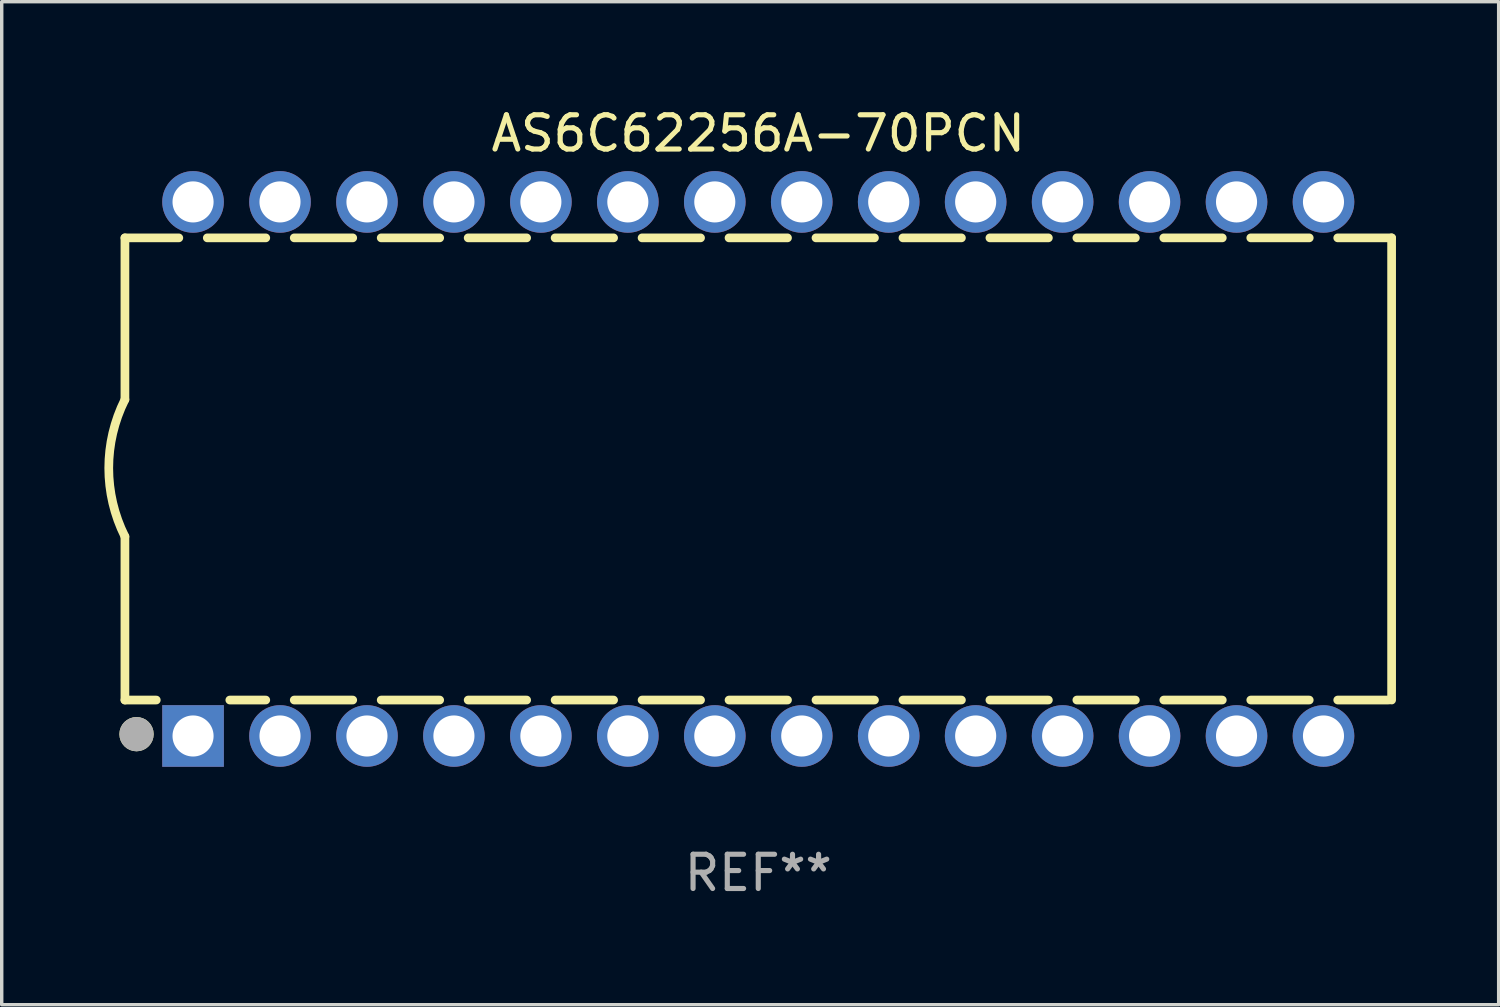
<source format=kicad_pcb>
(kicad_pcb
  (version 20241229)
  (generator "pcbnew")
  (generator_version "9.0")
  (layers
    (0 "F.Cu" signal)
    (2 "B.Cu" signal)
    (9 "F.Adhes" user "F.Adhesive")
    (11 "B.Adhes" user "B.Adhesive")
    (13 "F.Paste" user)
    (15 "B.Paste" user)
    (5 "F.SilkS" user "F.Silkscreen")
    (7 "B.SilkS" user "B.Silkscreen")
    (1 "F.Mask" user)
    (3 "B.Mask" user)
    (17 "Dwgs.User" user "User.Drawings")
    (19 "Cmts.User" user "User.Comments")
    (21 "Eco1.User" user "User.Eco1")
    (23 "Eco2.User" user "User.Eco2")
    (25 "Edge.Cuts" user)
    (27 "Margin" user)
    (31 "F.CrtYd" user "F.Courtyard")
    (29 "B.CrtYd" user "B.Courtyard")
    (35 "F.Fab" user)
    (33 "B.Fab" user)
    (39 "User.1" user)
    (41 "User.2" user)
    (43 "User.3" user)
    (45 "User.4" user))
  (footprint "AS6C62256A-70PCN"
    (layer "F.Cu")
    (at 19.099 10.648)
    (property "Reference" "AS6C62256A-70PCN" (at 0 -9.8 0) (layer "F.SilkS") (effects (font (size 1 1) (thickness 0.15))))
    (attr through_hole)
    (fp_line (start -18.5 -6.75) (end -18.5 -2.026) (stroke (width 0.254) (type solid)) (layer "F.SilkS"))
    (fp_line (start -18.5 -6.75) (end -16.926 -6.75) (stroke (width 0.254) (type solid)) (layer "F.SilkS"))
    (fp_line (start -18.5 6.75) (end -18.5 1.974) (stroke (width 0.254) (type solid)) (layer "F.SilkS"))
    (fp_line (start -18.5 6.75) (end -17.584 6.75) (stroke (width 0.254) (type solid)) (layer "F.SilkS"))
    (fp_line (start -16.094 -6.75) (end -14.386 -6.75) (stroke (width 0.254) (type solid)) (layer "F.SilkS"))
    (fp_line (start -15.436 6.75) (end -14.386 6.75) (stroke (width 0.254) (type solid)) (layer "F.SilkS"))
    (fp_line (start -13.554 -6.75) (end -11.846 -6.75) (stroke (width 0.254) (type solid)) (layer "F.SilkS"))
    (fp_line (start -13.554 6.75) (end -11.846 6.75) (stroke (width 0.254) (type solid)) (layer "F.SilkS"))
    (fp_line (start -11.014 -6.75) (end -9.306 -6.75) (stroke (width 0.254) (type solid)) (layer "F.SilkS"))
    (fp_line (start -11.014 6.75) (end -9.306 6.75) (stroke (width 0.254) (type solid)) (layer "F.SilkS"))
    (fp_line (start -8.474 -6.75) (end -6.766 -6.75) (stroke (width 0.254) (type solid)) (layer "F.SilkS"))
    (fp_line (start -8.474 6.75) (end -6.766 6.75) (stroke (width 0.254) (type solid)) (layer "F.SilkS"))
    (fp_line (start -5.934 -6.75) (end -4.226 -6.75) (stroke (width 0.254) (type solid)) (layer "F.SilkS"))
    (fp_line (start -5.934 6.75) (end -4.226 6.75) (stroke (width 0.254) (type solid)) (layer "F.SilkS"))
    (fp_line (start -3.394 -6.75) (end -1.686 -6.75) (stroke (width 0.254) (type solid)) (layer "F.SilkS"))
    (fp_line (start -3.394 6.75) (end -1.686 6.75) (stroke (width 0.254) (type solid)) (layer "F.SilkS"))
    (fp_line (start -0.854 -6.75) (end 0.854 -6.75) (stroke (width 0.254) (type solid)) (layer "F.SilkS"))
    (fp_line (start -0.854 6.75) (end 0.854 6.75) (stroke (width 0.254) (type solid)) (layer "F.SilkS"))
    (fp_line (start 1.686 -6.75) (end 3.394 -6.75) (stroke (width 0.254) (type solid)) (layer "F.SilkS"))
    (fp_line (start 1.686 6.75) (end 3.394 6.75) (stroke (width 0.254) (type solid)) (layer "F.SilkS"))
    (fp_line (start 4.226 -6.75) (end 5.934 -6.75) (stroke (width 0.254) (type solid)) (layer "F.SilkS"))
    (fp_line (start 4.226 6.75) (end 5.934 6.75) (stroke (width 0.254) (type solid)) (layer "F.SilkS"))
    (fp_line (start 6.766 -6.75) (end 8.474 -6.75) (stroke (width 0.254) (type solid)) (layer "F.SilkS"))
    (fp_line (start 6.766 6.75) (end 8.474 6.75) (stroke (width 0.254) (type solid)) (layer "F.SilkS"))
    (fp_line (start 9.306 -6.75) (end 11.014 -6.75) (stroke (width 0.254) (type solid)) (layer "F.SilkS"))
    (fp_line (start 9.306 6.75) (end 11.014 6.75) (stroke (width 0.254) (type solid)) (layer "F.SilkS"))
    (fp_line (start 11.846 -6.75) (end 13.554 -6.75) (stroke (width 0.254) (type solid)) (layer "F.SilkS"))
    (fp_line (start 11.846 6.75) (end 13.554 6.75) (stroke (width 0.254) (type solid)) (layer "F.SilkS"))
    (fp_line (start 14.386 -6.75) (end 16.094 -6.75) (stroke (width 0.254) (type solid)) (layer "F.SilkS"))
    (fp_line (start 14.386 6.75) (end 16.094 6.75) (stroke (width 0.254) (type solid)) (layer "F.SilkS"))
    (fp_line (start 16.926 -6.75) (end 18.5 -6.75) (stroke (width 0.254) (type solid)) (layer "F.SilkS"))
    (fp_line (start 16.926 6.75) (end 18.415 6.75) (stroke (width 0.254) (type solid)) (layer "F.SilkS"))
    (fp_line (start 18.5 6.75) (end 18.5 -6.75) (stroke (width 0.254) (type solid)) (layer "F.SilkS"))
    (fp_arc (start -18.500051 1.974384) (mid -18.972187 -0.025616) (end -18.500051 -2.025616) (stroke (width 0.254001) (type solid)) (layer "F.SilkS"))
    (fp_circle (center -18.5 7.8) (end -18.47 7.8) (stroke (width 0.06) (type solid)) (fill no) (layer "F.SilkS"))
    (fp_circle (center -18.161 7.747) (end -17.911 7.747) (stroke (width 0.5) (type solid)) (fill no) (layer "F.SilkS"))
    (fp_circle (center -18.161 7.747) (end -17.911 7.747) (stroke (width 0.5) (type solid)) (fill no) (layer "F.Fab"))
    (fp_text user "REF**" (at 0 11.8 0) (layer "F.Fab") (effects (font (size 1 1) (thickness 0.15))))
    (pad "1" thru_hole rect (at -16.51 7.8) (size 1.8 1.8) (drill 1.2) (layers "*.Cu" "*.Mask"))
    (pad "2" thru_hole circle (at -13.97 7.8) (size 1.8 1.8) (drill 1.2) (layers "*.Cu" "*.Mask"))
    (pad "3" thru_hole circle (at -11.43 7.8) (size 1.8 1.8) (drill 1.2) (layers "*.Cu" "*.Mask"))
    (pad "4" thru_hole circle (at -8.89 7.8) (size 1.8 1.8) (drill 1.2) (layers "*.Cu" "*.Mask"))
    (pad "5" thru_hole circle (at -6.35 7.8) (size 1.8 1.8) (drill 1.2) (layers "*.Cu" "*.Mask"))
    (pad "6" thru_hole circle (at -3.81 7.8) (size 1.8 1.8) (drill 1.2) (layers "*.Cu" "*.Mask"))
    (pad "7" thru_hole circle (at -1.27 7.8) (size 1.8 1.8) (drill 1.2) (layers "*.Cu" "*.Mask"))
    (pad "8" thru_hole circle (at 1.27 7.8) (size 1.8 1.8) (drill 1.2) (layers "*.Cu" "*.Mask"))
    (pad "9" thru_hole circle (at 3.81 7.8) (size 1.8 1.8) (drill 1.2) (layers "*.Cu" "*.Mask"))
    (pad "10" thru_hole circle (at 6.35 7.8) (size 1.8 1.8) (drill 1.2) (layers "*.Cu" "*.Mask"))
    (pad "11" thru_hole circle (at 8.89 7.8) (size 1.8 1.8) (drill 1.2) (layers "*.Cu" "*.Mask"))
    (pad "12" thru_hole circle (at 11.43 7.8) (size 1.8 1.8) (drill 1.2) (layers "*.Cu" "*.Mask"))
    (pad "13" thru_hole circle (at 13.97 7.8) (size 1.8 1.8) (drill 1.2) (layers "*.Cu" "*.Mask"))
    (pad "14" thru_hole circle (at 16.51 7.8) (size 1.8 1.8) (drill 1.2) (layers "*.Cu" "*.Mask"))
    (pad "15" thru_hole circle (at 16.51 -7.8) (size 1.8 1.8) (drill 1.2) (layers "*.Cu" "*.Mask"))
    (pad "16" thru_hole circle (at 13.97 -7.8) (size 1.8 1.8) (drill 1.2) (layers "*.Cu" "*.Mask"))
    (pad "17" thru_hole circle (at 11.43 -7.8) (size 1.8 1.8) (drill 1.2) (layers "*.Cu" "*.Mask"))
    (pad "18" thru_hole circle (at 8.89 -7.8) (size 1.8 1.8) (drill 1.2) (layers "*.Cu" "*.Mask"))
    (pad "19" thru_hole circle (at 6.35 -7.8) (size 1.8 1.8) (drill 1.2) (layers "*.Cu" "*.Mask"))
    (pad "20" thru_hole circle (at 3.81 -7.8) (size 1.8 1.8) (drill 1.2) (layers "*.Cu" "*.Mask"))
    (pad "21" thru_hole circle (at 1.27 -7.8) (size 1.8 1.8) (drill 1.2) (layers "*.Cu" "*.Mask"))
    (pad "22" thru_hole circle (at -1.27 -7.8) (size 1.8 1.8) (drill 1.2) (layers "*.Cu" "*.Mask"))
    (pad "23" thru_hole circle (at -3.81 -7.8) (size 1.8 1.8) (drill 1.2) (layers "*.Cu" "*.Mask"))
    (pad "24" thru_hole circle (at -6.35 -7.8) (size 1.8 1.8) (drill 1.2) (layers "*.Cu" "*.Mask"))
    (pad "25" thru_hole circle (at -8.89 -7.8) (size 1.8 1.8) (drill 1.2) (layers "*.Cu" "*.Mask"))
    (pad "26" thru_hole circle (at -11.43 -7.8) (size 1.8 1.8) (drill 1.2) (layers "*.Cu" "*.Mask"))
    (pad "27" thru_hole circle (at -13.97 -7.8) (size 1.8 1.8) (drill 1.2) (layers "*.Cu" "*.Mask"))
    (pad "28" thru_hole circle (at -16.51 -7.8) (size 1.8 1.8) (drill 1.2) (layers "*.Cu" "*.Mask")))
  (gr_rect
    (start -3 -3)
    (end 40.726 26.297)
    (stroke (width 0.1) (type default))
    (fill no)
    (layer "Edge.Cuts")))
</source>
